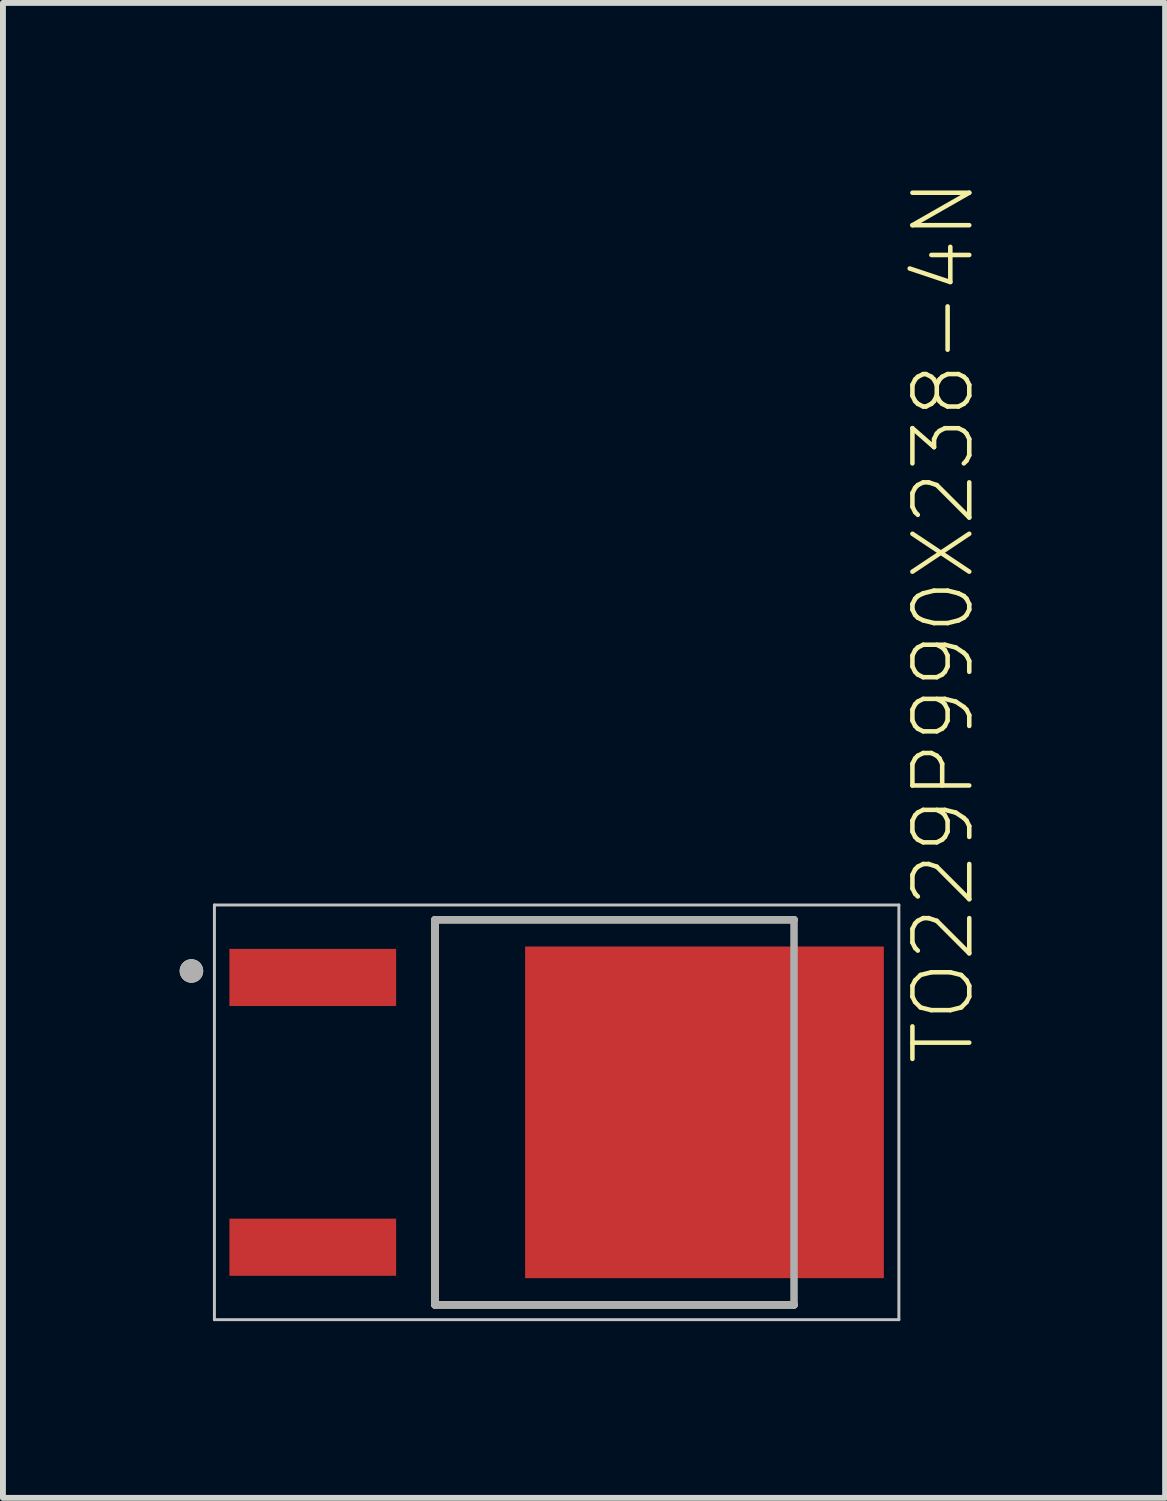
<source format=kicad_pcb>
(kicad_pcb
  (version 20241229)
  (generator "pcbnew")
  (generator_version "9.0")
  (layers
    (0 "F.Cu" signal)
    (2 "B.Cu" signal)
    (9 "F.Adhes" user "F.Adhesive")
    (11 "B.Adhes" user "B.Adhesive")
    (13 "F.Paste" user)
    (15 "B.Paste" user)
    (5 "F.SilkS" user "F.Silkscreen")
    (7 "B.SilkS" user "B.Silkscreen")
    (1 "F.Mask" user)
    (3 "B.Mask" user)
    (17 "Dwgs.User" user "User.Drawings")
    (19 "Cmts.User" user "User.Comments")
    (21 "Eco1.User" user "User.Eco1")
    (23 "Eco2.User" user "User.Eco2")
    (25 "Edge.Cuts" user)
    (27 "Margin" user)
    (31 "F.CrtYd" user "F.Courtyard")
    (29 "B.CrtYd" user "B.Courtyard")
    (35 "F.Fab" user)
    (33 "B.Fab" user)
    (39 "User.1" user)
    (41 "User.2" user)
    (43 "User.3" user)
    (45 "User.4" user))
  (footprint "TO229P990X238-4N"
    (layer "F.Cu")
    (at 6.4 15.834)
    (property "Reference" "TO229P990X238-4N" (at 7.127 -0.765 90) (layer "F.SilkS") (effects (font (size 0.965 0.965) (thickness 0.077)) (justify left bottom)))
    (attr through_hole)
    (fp_line (start -2.065 -3.27) (end -2.065 3.27) (stroke (width 0.127) (type solid)) (layer "F.SilkS"))
    (fp_line (start -2.065 3.27) (end 4.03 3.27) (stroke (width 0.127) (type solid)) (layer "F.SilkS"))
    (fp_line (start 4.03 -3.27) (end -2.065 -3.27) (stroke (width 0.127) (type solid)) (layer "F.SilkS"))
    (fp_circle (center -6.2 -2.4) (end -6.1 -2.4) (stroke (width 0.2) (type solid)) (fill no) (layer "F.SilkS"))
    (fp_poly (pts (xy -0.175 -0.54) (xy 1.135 -0.54) (xy 1.135 -2.28) (xy -0.175 -2.28)) (stroke (width 0) (type solid)) (fill yes) (layer "F.Paste"))
    (fp_poly (pts (xy -0.175 2.28) (xy 1.135 2.28) (xy 1.135 0.54) (xy -0.175 0.54)) (stroke (width 0) (type solid)) (fill yes) (layer "F.Paste"))
    (fp_poly (pts (xy 1.855 -0.54) (xy 3.165 -0.54) (xy 3.165 -2.28) (xy 1.855 -2.28)) (stroke (width 0) (type solid)) (fill yes) (layer "F.Paste"))
    (fp_poly (pts (xy 1.855 2.28) (xy 3.165 2.28) (xy 3.165 0.54) (xy 1.855 0.54)) (stroke (width 0) (type solid)) (fill yes) (layer "F.Paste"))
    (fp_poly (pts (xy 3.885 -0.54) (xy 5.195 -0.54) (xy 5.195 -2.28) (xy 3.885 -2.28)) (stroke (width 0) (type solid)) (fill yes) (layer "F.Paste"))
    (fp_poly (pts (xy 3.885 2.28) (xy 5.195 2.28) (xy 5.195 0.54) (xy 3.885 0.54)) (stroke (width 0) (type solid)) (fill yes) (layer "F.Paste"))
    (fp_line (start -5.81 -3.52) (end -5.81 3.52) (stroke (width 0.05) (type solid)) (layer "Dwgs.User"))
    (fp_line (start -5.81 3.52) (end 5.81 3.52) (stroke (width 0.05) (type solid)) (layer "Dwgs.User"))
    (fp_line (start 5.81 -3.52) (end -5.81 -3.52) (stroke (width 0.05) (type solid)) (layer "Dwgs.User"))
    (fp_line (start 5.81 3.52) (end 5.81 -3.52) (stroke (width 0.05) (type solid)) (layer "Dwgs.User"))
    (fp_line (start -2.065 -3.27) (end -2.065 3.27) (stroke (width 0.127) (type solid)) (layer "F.Fab"))
    (fp_line (start -2.065 3.27) (end 4.03 3.27) (stroke (width 0.127) (type solid)) (layer "F.Fab"))
    (fp_line (start 4.03 -3.27) (end -2.065 -3.27) (stroke (width 0.127) (type solid)) (layer "F.Fab"))
    (fp_line (start 4.03 3.27) (end 4.03 -3.27) (stroke (width 0.127) (type solid)) (layer "F.Fab"))
    (fp_circle (center -6.2 -2.4) (end -6.1 -2.4) (stroke (width 0.2) (type solid)) (fill no) (layer "F.Fab"))
    (pad "1" smd rect (at -4.14 -2.29) (size 2.83 0.97) (layers "F.Cu" "F.Mask" "F.Paste"))
    (pad "3" smd rect (at -4.14 2.29) (size 2.83 0.97) (layers "F.Cu" "F.Mask" "F.Paste"))
    (pad "4" smd rect (at 2.51 0) (size 6.09 5.63) (layers "F.Cu" "F.Mask")))
  (gr_rect
    (start -3 -3)
    (end 16.73 22.379)
    (stroke (width 0.1) (type default))
    (fill no)
    (layer "Edge.Cuts")))
</source>
